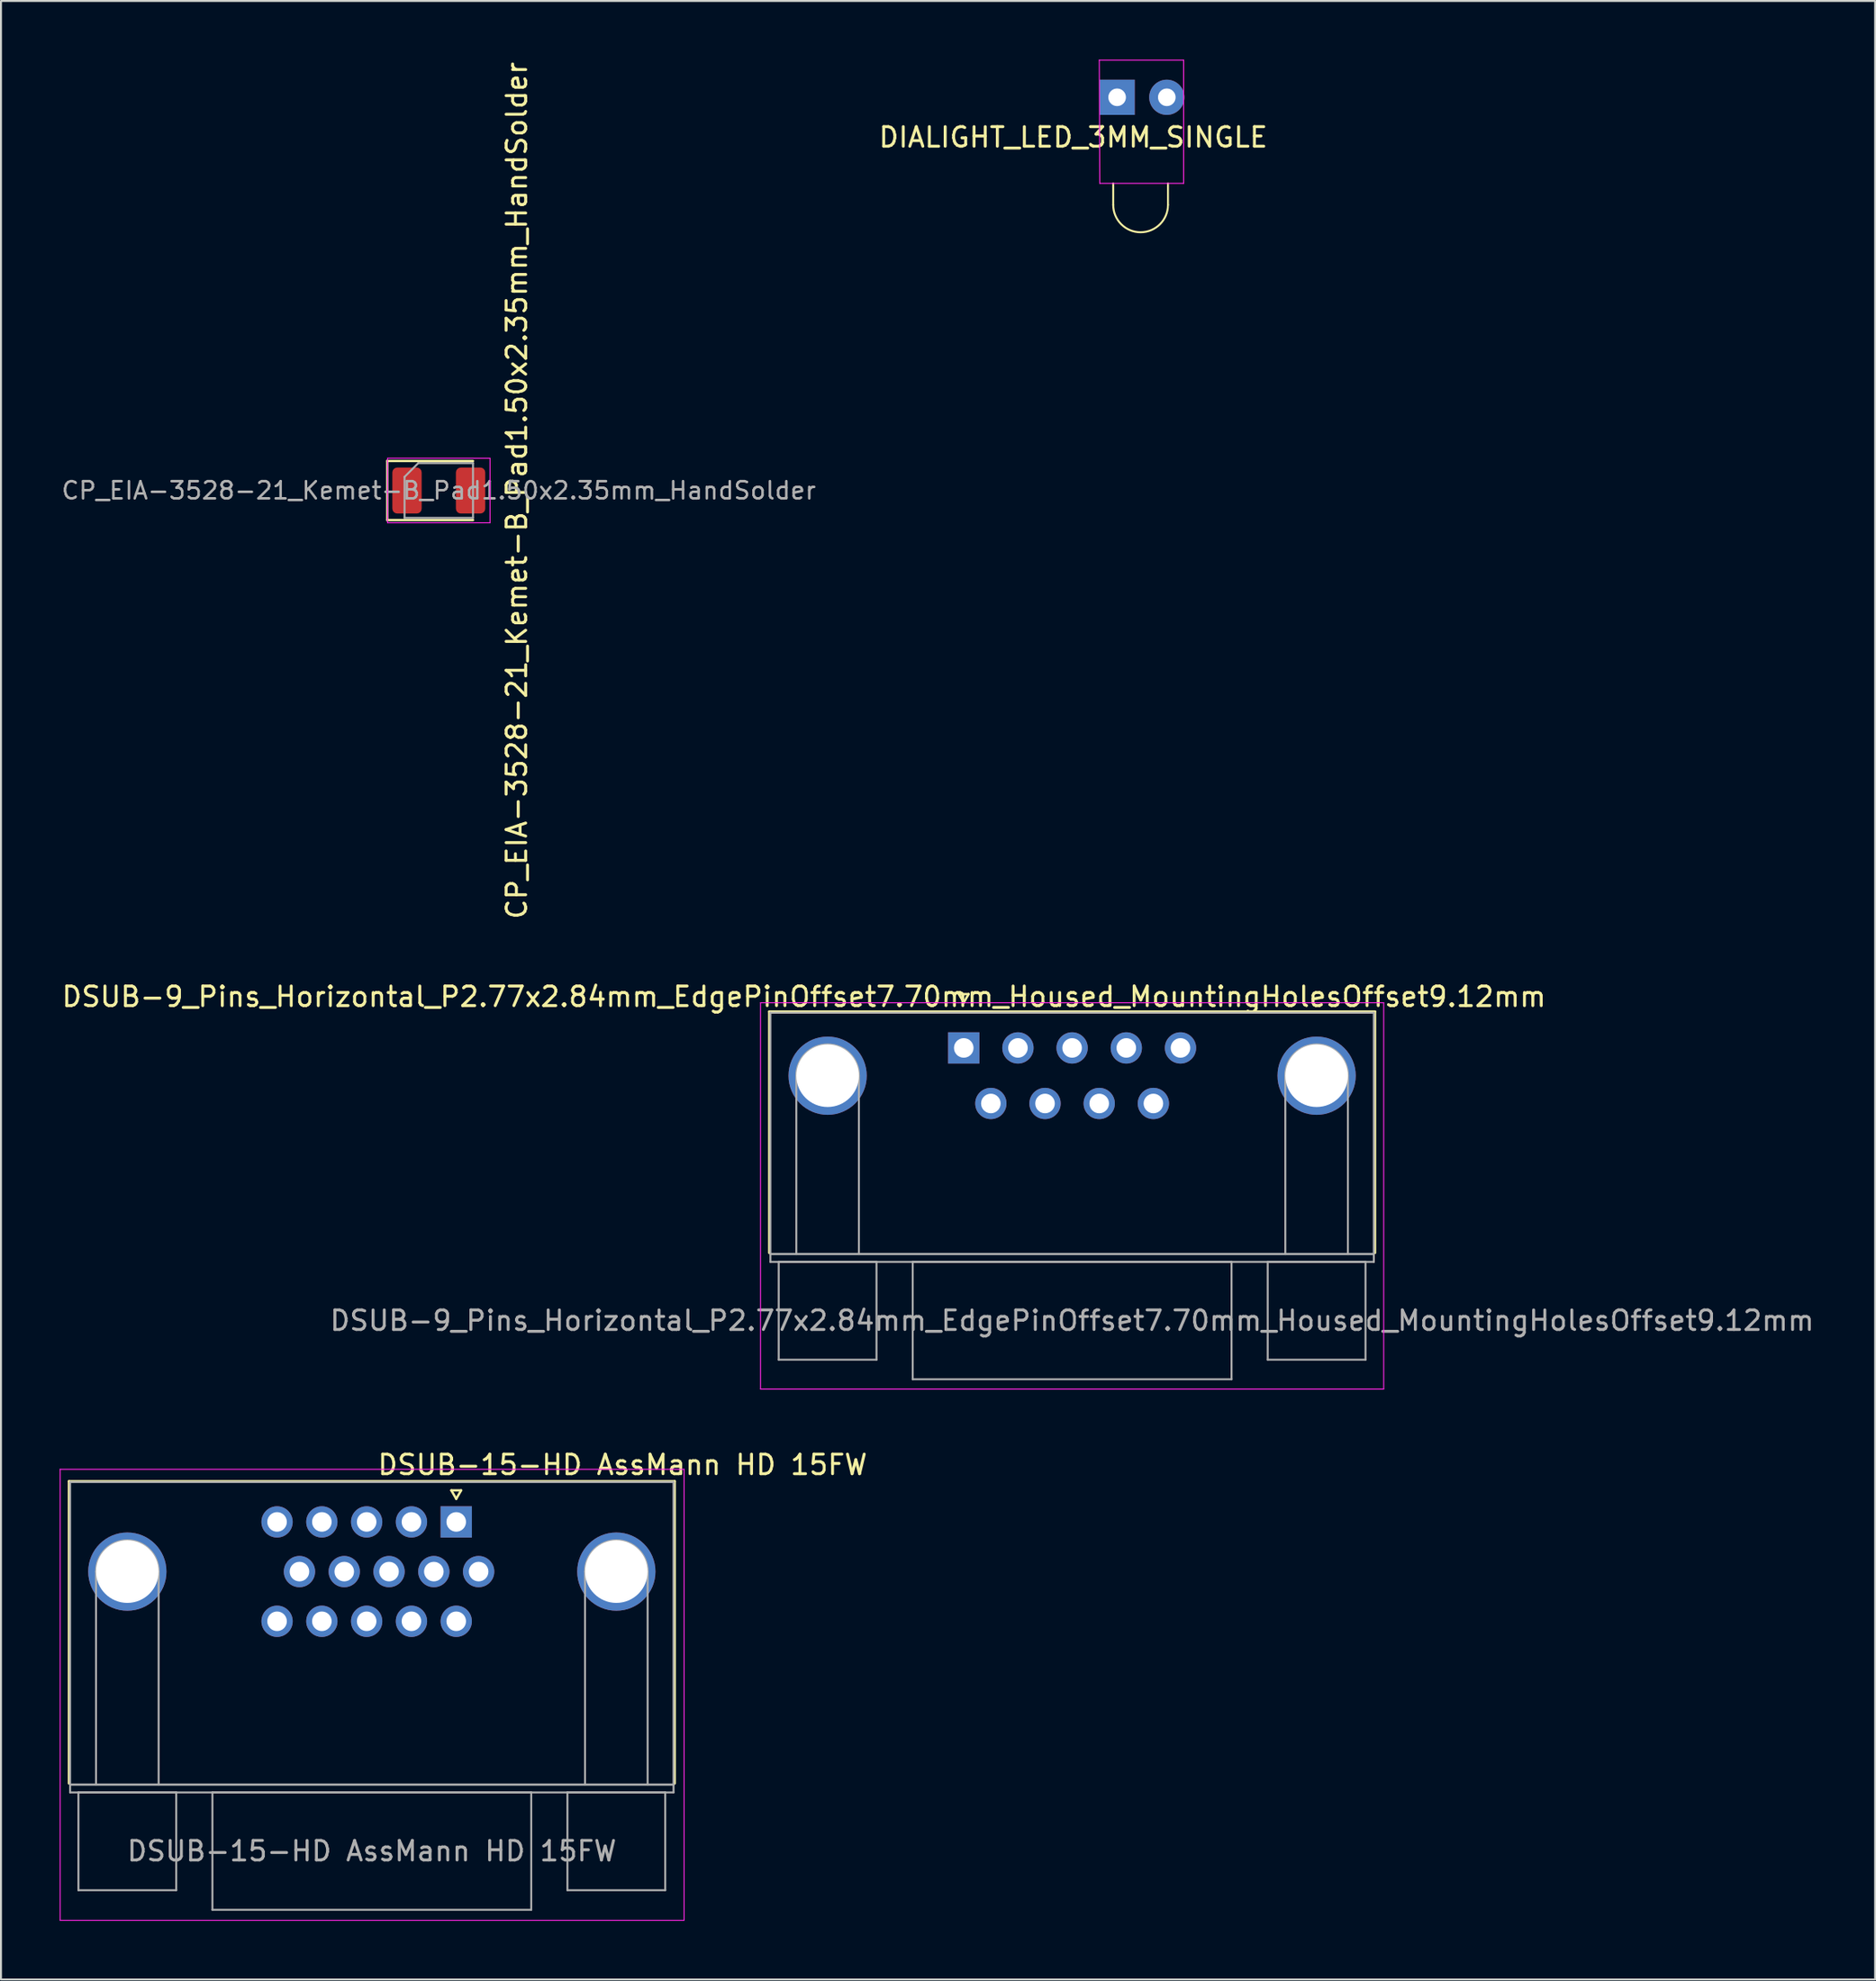
<source format=kicad_pcb>
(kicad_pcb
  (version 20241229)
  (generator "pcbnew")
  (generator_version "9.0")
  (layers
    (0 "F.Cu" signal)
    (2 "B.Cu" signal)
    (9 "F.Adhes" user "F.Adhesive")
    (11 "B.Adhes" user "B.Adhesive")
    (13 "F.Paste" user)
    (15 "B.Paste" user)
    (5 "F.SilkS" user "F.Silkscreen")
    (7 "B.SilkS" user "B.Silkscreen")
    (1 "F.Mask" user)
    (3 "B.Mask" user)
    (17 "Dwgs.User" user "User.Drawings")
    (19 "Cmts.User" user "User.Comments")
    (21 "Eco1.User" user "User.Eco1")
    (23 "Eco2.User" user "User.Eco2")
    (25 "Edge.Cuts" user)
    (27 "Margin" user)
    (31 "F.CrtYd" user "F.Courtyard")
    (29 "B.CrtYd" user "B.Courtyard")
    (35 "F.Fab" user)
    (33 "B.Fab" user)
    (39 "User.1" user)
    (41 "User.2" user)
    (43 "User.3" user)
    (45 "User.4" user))
  (footprint "CP_EIA-3528-21_Kemet-B_Pad1.50x2.35mm_HandSolder"
    (layer "F.Cu")
    (at 19.383 22.03)
    (property "Reference" "CP_EIA-3528-21_Kemet-B_Pad1.50x2.35mm_HandSolder" (at 3.987 0 270) (layer "F.SilkS") (effects (font (size 1 1) (thickness 0.15))))
    (attr smd)
    (fp_line (start -2.635 -1.51) (end -2.635 1.51) (stroke (width 0.12) (type solid)) (layer "F.SilkS"))
    (fp_line (start -2.635 1.51) (end 1.75 1.51) (stroke (width 0.12) (type solid)) (layer "F.SilkS"))
    (fp_line (start 1.75 -1.51) (end -2.635 -1.51) (stroke (width 0.12) (type solid)) (layer "F.SilkS"))
    (fp_line (start -2.62 -1.65) (end 2.62 -1.65) (stroke (width 0.05) (type solid)) (layer "F.CrtYd"))
    (fp_line (start -2.62 1.65) (end -2.62 -1.65) (stroke (width 0.05) (type solid)) (layer "F.CrtYd"))
    (fp_line (start 2.62 -1.65) (end 2.62 1.65) (stroke (width 0.05) (type solid)) (layer "F.CrtYd"))
    (fp_line (start 2.62 1.65) (end -2.62 1.65) (stroke (width 0.05) (type solid)) (layer "F.CrtYd"))
    (fp_line (start -1.75 -0.7) (end -1.75 1.4) (stroke (width 0.1) (type solid)) (layer "F.Fab"))
    (fp_line (start -1.75 1.4) (end 1.75 1.4) (stroke (width 0.1) (type solid)) (layer "F.Fab"))
    (fp_line (start -1.05 -1.4) (end -1.75 -0.7) (stroke (width 0.1) (type solid)) (layer "F.Fab"))
    (fp_line (start 1.75 -1.4) (end -1.05 -1.4) (stroke (width 0.1) (type solid)) (layer "F.Fab"))
    (fp_line (start 1.75 1.4) (end 1.75 -1.4) (stroke (width 0.1) (type solid)) (layer "F.Fab"))
    (fp_text user "${REFERENCE}" (at 0 0 0) (layer "F.Fab") (effects (font (size 0.88 0.88) (thickness 0.13))))
    (pad "1" smd roundrect (at -1.625 0) (size 1.5 2.35) (layers "F.Cu" "F.Mask" "F.Paste") (roundrect_rratio 0.167))
    (pad "2" smd roundrect (at 1.625 0) (size 1.5 2.35) (layers "F.Cu" "F.Mask" "F.Paste") (roundrect_rratio 0.167)))
  (footprint "DSUB-9_Pins_Horizontal_P2.77x2.84mm_EdgePinOffset7.70mm_Housed_MountingHolesOffset9.12mm"
    (layer "F.Cu")
    (at 46.222 50.529)
    (property "Reference" "DSUB-9_Pins_Horizontal_P2.77x2.84mm_EdgePinOffset7.70mm_Housed_MountingHolesOffset9.12mm" (at -8.168 -2.621 0) (layer "F.SilkS") (effects (font (size 1 1) (thickness 0.15))))
    (attr through_hole)
    (fp_line (start -9.945 -1.86) (end 21.025 -1.86) (stroke (width 0.12) (type solid)) (layer "F.SilkS"))
    (fp_line (start -9.945 10.48) (end -9.945 -1.86) (stroke (width 0.12) (type solid)) (layer "F.SilkS"))
    (fp_line (start -0.25 -2.754) (end 0.25 -2.754) (stroke (width 0.12) (type solid)) (layer "F.SilkS"))
    (fp_line (start 0 -2.321) (end -0.25 -2.754) (stroke (width 0.12) (type solid)) (layer "F.SilkS"))
    (fp_line (start 0.25 -2.754) (end 0 -2.321) (stroke (width 0.12) (type solid)) (layer "F.SilkS"))
    (fp_line (start 21.025 -1.86) (end 21.025 10.48) (stroke (width 0.12) (type solid)) (layer "F.SilkS"))
    (fp_line (start -10.39 -2.31) (end -10.39 17.44) (stroke (width 0.05) (type solid)) (layer "F.CrtYd"))
    (fp_line (start -10.39 17.44) (end 21.47 17.44) (stroke (width 0.05) (type solid)) (layer "F.CrtYd"))
    (fp_line (start 21.47 -2.31) (end -10.39 -2.31) (stroke (width 0.05) (type solid)) (layer "F.CrtYd"))
    (fp_line (start 21.47 17.44) (end 21.47 -2.31) (stroke (width 0.05) (type solid)) (layer "F.CrtYd"))
    (fp_line (start -9.885 -1.8) (end -9.885 10.54) (stroke (width 0.1) (type solid)) (layer "F.Fab"))
    (fp_line (start -9.885 10.54) (end -9.885 10.94) (stroke (width 0.1) (type solid)) (layer "F.Fab"))
    (fp_line (start -9.885 10.54) (end 20.965 10.54) (stroke (width 0.1) (type solid)) (layer "F.Fab"))
    (fp_line (start -9.885 10.94) (end 20.965 10.94) (stroke (width 0.1) (type solid)) (layer "F.Fab"))
    (fp_line (start -9.46 10.94) (end -9.46 15.94) (stroke (width 0.1) (type solid)) (layer "F.Fab"))
    (fp_line (start -9.46 15.94) (end -4.46 15.94) (stroke (width 0.1) (type solid)) (layer "F.Fab"))
    (fp_line (start -8.56 10.54) (end -8.56 1.42) (stroke (width 0.1) (type solid)) (layer "F.Fab"))
    (fp_line (start -5.36 10.54) (end -5.36 1.42) (stroke (width 0.1) (type solid)) (layer "F.Fab"))
    (fp_line (start -4.46 10.94) (end -9.46 10.94) (stroke (width 0.1) (type solid)) (layer "F.Fab"))
    (fp_line (start -4.46 15.94) (end -4.46 10.94) (stroke (width 0.1) (type solid)) (layer "F.Fab"))
    (fp_line (start -2.61 10.94) (end -2.61 16.94) (stroke (width 0.1) (type solid)) (layer "F.Fab"))
    (fp_line (start -2.61 16.94) (end 13.69 16.94) (stroke (width 0.1) (type solid)) (layer "F.Fab"))
    (fp_line (start 13.69 10.94) (end -2.61 10.94) (stroke (width 0.1) (type solid)) (layer "F.Fab"))
    (fp_line (start 13.69 16.94) (end 13.69 10.94) (stroke (width 0.1) (type solid)) (layer "F.Fab"))
    (fp_line (start 15.54 10.94) (end 15.54 15.94) (stroke (width 0.1) (type solid)) (layer "F.Fab"))
    (fp_line (start 15.54 15.94) (end 20.54 15.94) (stroke (width 0.1) (type solid)) (layer "F.Fab"))
    (fp_line (start 16.44 10.54) (end 16.44 1.42) (stroke (width 0.1) (type solid)) (layer "F.Fab"))
    (fp_line (start 19.64 10.54) (end 19.64 1.42) (stroke (width 0.1) (type solid)) (layer "F.Fab"))
    (fp_line (start 20.54 10.94) (end 15.54 10.94) (stroke (width 0.1) (type solid)) (layer "F.Fab"))
    (fp_line (start 20.54 15.94) (end 20.54 10.94) (stroke (width 0.1) (type solid)) (layer "F.Fab"))
    (fp_line (start 20.965 -1.8) (end -9.885 -1.8) (stroke (width 0.1) (type solid)) (layer "F.Fab"))
    (fp_line (start 20.965 10.54) (end -9.885 10.54) (stroke (width 0.1) (type solid)) (layer "F.Fab"))
    (fp_line (start 20.965 10.54) (end 20.965 -1.8) (stroke (width 0.1) (type solid)) (layer "F.Fab"))
    (fp_line (start 20.965 10.94) (end 20.965 10.54) (stroke (width 0.1) (type solid)) (layer "F.Fab"))
    (fp_arc (start -8.56 1.42) (mid -6.96 -0.18) (end -5.36 1.42) (stroke (width 0.1) (type solid)) (layer "F.Fab"))
    (fp_arc (start 16.44 1.42) (mid 18.04 -0.18) (end 19.64 1.42) (stroke (width 0.1) (type solid)) (layer "F.Fab"))
    (fp_text user "${REFERENCE}" (at 5.54 13.94 0) (layer "F.Fab") (effects (font (size 1 1) (thickness 0.15))))
    (pad "0" thru_hole circle (at -6.96 1.42) (size 4 4) (drill 3.2) (layers "*.Cu" "*.Mask"))
    (pad "0" thru_hole circle (at 18.04 1.42) (size 4 4) (drill 3.2) (layers "*.Cu" "*.Mask"))
    (pad "1" thru_hole rect (at 0 0) (size 1.6 1.6) (drill 1) (layers "*.Cu" "*.Mask"))
    (pad "2" thru_hole circle (at 2.77 0) (size 1.6 1.6) (drill 1) (layers "*.Cu" "*.Mask"))
    (pad "3" thru_hole circle (at 5.54 0) (size 1.6 1.6) (drill 1) (layers "*.Cu" "*.Mask"))
    (pad "4" thru_hole circle (at 8.31 0) (size 1.6 1.6) (drill 1) (layers "*.Cu" "*.Mask"))
    (pad "5" thru_hole circle (at 11.08 0) (size 1.6 1.6) (drill 1) (layers "*.Cu" "*.Mask"))
    (pad "6" thru_hole circle (at 1.385 2.84) (size 1.6 1.6) (drill 1) (layers "*.Cu" "*.Mask"))
    (pad "7" thru_hole circle (at 4.155 2.84) (size 1.6 1.6) (drill 1) (layers "*.Cu" "*.Mask"))
    (pad "8" thru_hole circle (at 6.925 2.84) (size 1.6 1.6) (drill 1) (layers "*.Cu" "*.Mask"))
    (pad "9" thru_hole circle (at 9.695 2.84) (size 1.6 1.6) (drill 1) (layers "*.Cu" "*.Mask")))
  (footprint "DSUB-15-HD AssMann HD 15FW"
    (layer "F.Cu")
    (at 20.275 75.883)
    (property "Reference" "DSUB-15-HD AssMann HD 15FW" (at 8.501 -4.041 0) (layer "F.SilkS") (effects (font (size 1 1) (thickness 0.15))))
    (attr through_hole)
    (fp_line (start -19.8 -3.2) (end 11.17 -3.2) (stroke (width 0.12) (type solid)) (layer "F.SilkS"))
    (fp_line (start -19.8 12.25) (end -19.8 -3.2) (stroke (width 0.12) (type solid)) (layer "F.SilkS"))
    (fp_line (start -0.25 -2.733) (end 0.25 -2.733) (stroke (width 0.12) (type solid)) (layer "F.SilkS"))
    (fp_line (start 0 -2.3) (end -0.25 -2.733) (stroke (width 0.12) (type solid)) (layer "F.SilkS"))
    (fp_line (start 0.25 -2.733) (end 0 -2.3) (stroke (width 0.12) (type solid)) (layer "F.SilkS"))
    (fp_line (start 11.17 -3.2) (end 11.17 12.25) (stroke (width 0.12) (type solid)) (layer "F.SilkS"))
    (fp_line (start -20.25 -3.81) (end -20.25 19.25) (stroke (width 0.05) (type solid)) (layer "F.CrtYd"))
    (fp_line (start -20.25 19.25) (end 11.65 19.25) (stroke (width 0.05) (type solid)) (layer "F.CrtYd"))
    (fp_line (start 11.65 -3.81) (end -20.25 -3.81) (stroke (width 0.05) (type solid)) (layer "F.CrtYd"))
    (fp_line (start 11.65 19.25) (end 11.65 -3.81) (stroke (width 0.05) (type solid)) (layer "F.CrtYd"))
    (fp_line (start -19.74 -3.16) (end -19.74 12.31) (stroke (width 0.1) (type solid)) (layer "F.Fab"))
    (fp_line (start -19.74 12.31) (end -19.74 12.71) (stroke (width 0.1) (type solid)) (layer "F.Fab"))
    (fp_line (start -19.74 12.31) (end 11.11 12.31) (stroke (width 0.1) (type solid)) (layer "F.Fab"))
    (fp_line (start -19.74 12.71) (end 11.11 12.71) (stroke (width 0.1) (type solid)) (layer "F.Fab"))
    (fp_line (start -19.315 12.71) (end -19.315 17.71) (stroke (width 0.1) (type solid)) (layer "F.Fab"))
    (fp_line (start -19.315 17.71) (end -14.315 17.71) (stroke (width 0.1) (type solid)) (layer "F.Fab"))
    (fp_line (start -18.415 12.31) (end -18.415 1.42) (stroke (width 0.1) (type solid)) (layer "F.Fab"))
    (fp_line (start -15.215 12.31) (end -15.215 1.42) (stroke (width 0.1) (type solid)) (layer "F.Fab"))
    (fp_line (start -14.315 12.71) (end -19.315 12.71) (stroke (width 0.1) (type solid)) (layer "F.Fab"))
    (fp_line (start -14.315 17.71) (end -14.315 12.71) (stroke (width 0.1) (type solid)) (layer "F.Fab"))
    (fp_line (start -12.465 12.71) (end -12.465 18.71) (stroke (width 0.1) (type solid)) (layer "F.Fab"))
    (fp_line (start -12.465 18.71) (end 3.835 18.71) (stroke (width 0.1) (type solid)) (layer "F.Fab"))
    (fp_line (start 3.835 12.71) (end -12.465 12.71) (stroke (width 0.1) (type solid)) (layer "F.Fab"))
    (fp_line (start 3.835 18.71) (end 3.835 12.71) (stroke (width 0.1) (type solid)) (layer "F.Fab"))
    (fp_line (start 5.685 12.71) (end 5.685 17.71) (stroke (width 0.1) (type solid)) (layer "F.Fab"))
    (fp_line (start 5.685 17.71) (end 10.685 17.71) (stroke (width 0.1) (type solid)) (layer "F.Fab"))
    (fp_line (start 6.585 12.31) (end 6.585 1.42) (stroke (width 0.1) (type solid)) (layer "F.Fab"))
    (fp_line (start 9.785 12.31) (end 9.785 1.42) (stroke (width 0.1) (type solid)) (layer "F.Fab"))
    (fp_line (start 10.685 12.71) (end 5.685 12.71) (stroke (width 0.1) (type solid)) (layer "F.Fab"))
    (fp_line (start 10.685 17.71) (end 10.685 12.71) (stroke (width 0.1) (type solid)) (layer "F.Fab"))
    (fp_line (start 11.11 -3.16) (end -19.74 -3.16) (stroke (width 0.1) (type solid)) (layer "F.Fab"))
    (fp_line (start 11.11 12.31) (end -19.74 12.31) (stroke (width 0.1) (type solid)) (layer "F.Fab"))
    (fp_line (start 11.11 12.31) (end 11.11 -3.16) (stroke (width 0.1) (type solid)) (layer "F.Fab"))
    (fp_line (start 11.11 12.71) (end 11.11 12.31) (stroke (width 0.1) (type solid)) (layer "F.Fab"))
    (fp_arc (start -18.415 1.42) (mid -16.815 -0.18) (end -15.215 1.42) (stroke (width 0.1) (type solid)) (layer "F.Fab"))
    (fp_arc (start 6.585 1.42) (mid 8.185 -0.18) (end 9.785 1.42) (stroke (width 0.1) (type solid)) (layer "F.Fab"))
    (fp_text user "${REFERENCE}" (at -4.315 15.71 0) (layer "F.Fab") (effects (font (size 1 1) (thickness 0.15))))
    (pad "0" thru_hole circle (at -16.815 1.42) (size 4 4) (drill 3.2) (layers "*.Cu" "*.Mask"))
    (pad "0" thru_hole circle (at 8.185 1.42) (size 4 4) (drill 3.2) (layers "*.Cu" "*.Mask"))
    (pad "1" thru_hole rect (at 0 -1.12) (size 1.6 1.6) (drill 1) (layers "*.Cu" "*.Mask"))
    (pad "2" thru_hole circle (at -2.29 -1.12) (size 1.6 1.6) (drill 1) (layers "*.Cu" "*.Mask"))
    (pad "3" thru_hole circle (at -4.58 -1.12) (size 1.6 1.6) (drill 1) (layers "*.Cu" "*.Mask"))
    (pad "4" thru_hole circle (at -6.87 -1.12) (size 1.6 1.6) (drill 1) (layers "*.Cu" "*.Mask"))
    (pad "5" thru_hole circle (at -9.16 -1.12) (size 1.6 1.6) (drill 1) (layers "*.Cu" "*.Mask"))
    (pad "6" thru_hole circle (at 1.145 1.42) (size 1.6 1.6) (drill 1) (layers "*.Cu" "*.Mask"))
    (pad "7" thru_hole circle (at -1.145 1.42) (size 1.6 1.6) (drill 1) (layers "*.Cu" "*.Mask"))
    (pad "8" thru_hole circle (at -3.435 1.42) (size 1.6 1.6) (drill 1) (layers "*.Cu" "*.Mask"))
    (pad "9" thru_hole circle (at -5.725 1.42) (size 1.6 1.6) (drill 1) (layers "*.Cu" "*.Mask"))
    (pad "10" thru_hole circle (at -8.015 1.42) (size 1.6 1.6) (drill 1) (layers "*.Cu" "*.Mask"))
    (pad "11" thru_hole circle (at 0 3.96) (size 1.6 1.6) (drill 1) (layers "*.Cu" "*.Mask"))
    (pad "12" thru_hole circle (at -2.29 3.96) (size 1.6 1.6) (drill 1) (layers "*.Cu" "*.Mask"))
    (pad "13" thru_hole circle (at -4.58 3.96) (size 1.6 1.6) (drill 1) (layers "*.Cu" "*.Mask"))
    (pad "14" thru_hole circle (at -6.87 3.96) (size 1.6 1.6) (drill 1) (layers "*.Cu" "*.Mask"))
    (pad "15" thru_hole circle (at -9.16 3.96) (size 1.6 1.6) (drill 1) (layers "*.Cu" "*.Mask")))
  (footprint "DIALIGHT_LED_3MM_SINGLE"
    (layer "F.Cu")
    (at 54.063 1.925)
    (property "Reference" "DIALIGHT_LED_3MM_SINGLE" (at -2.243 2.045 0) (layer "F.SilkS") (effects (font (size 1 1) (thickness 0.15))))
    (attr through_hole)
    (fp_line (start -0.2 5.5) (end -0.2 4.4) (stroke (width 0.1) (type default)) (layer "F.SilkS"))
    (fp_line (start 2.6 5.5) (end 2.6 4.4) (stroke (width 0.1) (type default)) (layer "F.SilkS"))
    (fp_arc (start 2.6 5.5) (mid 1.2 6.9) (end -0.2 5.5) (stroke (width 0.1) (type default)) (layer "F.SilkS"))
    (fp_line (start -0.912 -1.9) (end -0.887 4.4) (stroke (width 0.05) (type solid)) (layer "F.CrtYd"))
    (fp_line (start -0.887 4.4) (end 3.4 4.4) (stroke (width 0.05) (type solid)) (layer "F.CrtYd"))
    (fp_line (start 3.4 -1.9) (end -0.912 -1.9) (stroke (width 0.05) (type solid)) (layer "F.CrtYd"))
    (fp_line (start 3.4 4.4) (end 3.4 -1.9) (stroke (width 0.05) (type solid)) (layer "F.CrtYd"))
    (pad "1" thru_hole rect (at 0 0) (size 1.8 1.8) (drill 0.9) (layers "*.Cu" "*.Mask"))
    (pad "2" thru_hole circle (at 2.54 0) (size 1.8 1.8) (drill 0.9) (layers "*.Cu" "*.Mask")))
  (gr_rect
    (start -3 -3)
    (end 92.816 98.158)
    (stroke (width 0.1) (type default))
    (fill no)
    (layer "Edge.Cuts")))
</source>
